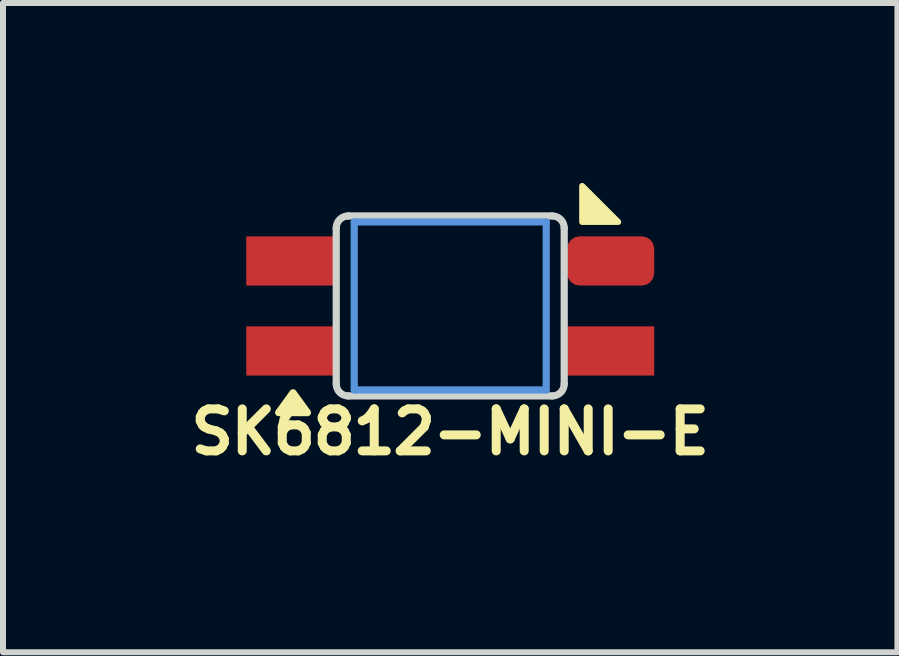
<source format=kicad_pcb>
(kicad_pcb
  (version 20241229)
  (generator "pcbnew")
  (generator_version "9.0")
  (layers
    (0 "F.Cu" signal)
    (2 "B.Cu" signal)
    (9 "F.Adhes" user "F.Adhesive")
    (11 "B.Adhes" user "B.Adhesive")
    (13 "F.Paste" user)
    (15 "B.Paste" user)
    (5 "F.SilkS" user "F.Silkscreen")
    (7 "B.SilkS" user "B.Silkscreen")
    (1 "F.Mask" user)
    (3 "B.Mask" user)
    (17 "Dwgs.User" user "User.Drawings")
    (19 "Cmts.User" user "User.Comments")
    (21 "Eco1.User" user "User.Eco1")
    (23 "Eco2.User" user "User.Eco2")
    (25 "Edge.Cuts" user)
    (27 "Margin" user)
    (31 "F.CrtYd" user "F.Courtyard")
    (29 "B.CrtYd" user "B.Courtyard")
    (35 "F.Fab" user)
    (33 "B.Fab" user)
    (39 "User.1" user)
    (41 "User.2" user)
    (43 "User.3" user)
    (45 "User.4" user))
  (footprint "SK6812-MINI-E"
    (layer "F.Cu")
    (at 4.455 2.05)
    (property "Reference" "SK6812-MINI-E" (at 0 2.1 0) (unlocked yes) (layer "F.SilkS") (effects (font (size 0.7 0.7) (thickness 0.15))))
    (attr smd)
    (fp_poly (pts (xy 2.8 -1.4) (xy 2.2 -1.4) (xy 2.2 -2)) (stroke (width 0.1) (type solid)) (fill yes) (layer "F.SilkS"))
    (fp_poly (pts (xy -2.62 1.448) (xy -2.38 1.778) (xy -2.86 1.778) (xy -2.62 1.448)) (stroke (width 0.12) (type solid)) (fill yes) (layer "F.SilkS"))
    (fp_line (start -1.6 -1.4) (end 1.6 -1.4) (stroke (width 0.12) (type solid)) (layer "Cmts.User"))
    (fp_line (start -1.6 1.4) (end -1.6 -1.4) (stroke (width 0.12) (type solid)) (layer "Cmts.User"))
    (fp_line (start 1.6 -1.4) (end 1.6 1.4) (stroke (width 0.12) (type solid)) (layer "Cmts.User"))
    (fp_line (start 1.6 1.4) (end -1.6 1.4) (stroke (width 0.12) (type solid)) (layer "Cmts.User"))
    (fp_line (start -1.9 1.3) (end -1.9 -1.3) (stroke (width 0.12) (type solid)) (layer "Edge.Cuts"))
    (fp_line (start -1.7 -1.5) (end 1.7 -1.5) (stroke (width 0.12) (type solid)) (layer "Edge.Cuts"))
    (fp_line (start 1.7 1.5) (end -1.7 1.5) (stroke (width 0.12) (type solid)) (layer "Edge.Cuts"))
    (fp_line (start 1.9 -1.3) (end 1.9 1.3) (stroke (width 0.12) (type solid)) (layer "Edge.Cuts"))
    (fp_arc (start -1.9 -1.3) (mid -1.841421 -1.441421) (end -1.7 -1.5) (stroke (width 0.12) (type solid)) (layer "Edge.Cuts"))
    (fp_arc (start -1.7 1.5) (mid -1.841421 1.441421) (end -1.9 1.3) (stroke (width 0.12) (type solid)) (layer "Edge.Cuts"))
    (fp_arc (start 1.7 -1.5) (mid 1.841421 -1.441421) (end 1.9 -1.3) (stroke (width 0.12) (type solid)) (layer "Edge.Cuts"))
    (fp_arc (start 1.9 1.3) (mid 1.841421 1.441421) (end 1.7 1.5) (stroke (width 0.12) (type solid)) (layer "Edge.Cuts"))
    (pad "1" smd rect (at -2.675 0.75) (size 1.45 0.82) (layers "F.Cu" "F.Mask" "F.Paste"))
    (pad "2" smd rect (at -2.675 -0.75) (size 1.45 0.82) (layers "F.Cu" "F.Mask" "F.Paste"))
    (pad "3" smd roundrect (at 2.675 -0.75) (size 1.45 0.82) (layers "F.Cu" "F.Mask" "F.Paste") (roundrect_rratio 0.25))
    (pad "4" smd rect (at 2.675 0.75) (size 1.45 0.82) (layers "F.Cu" "F.Mask" "F.Paste")))
  (gr_rect
    (start -3 -3)
    (end 11.91 7.823)
    (stroke (width 0.1) (type default))
    (fill no)
    (layer "Edge.Cuts")))
</source>
